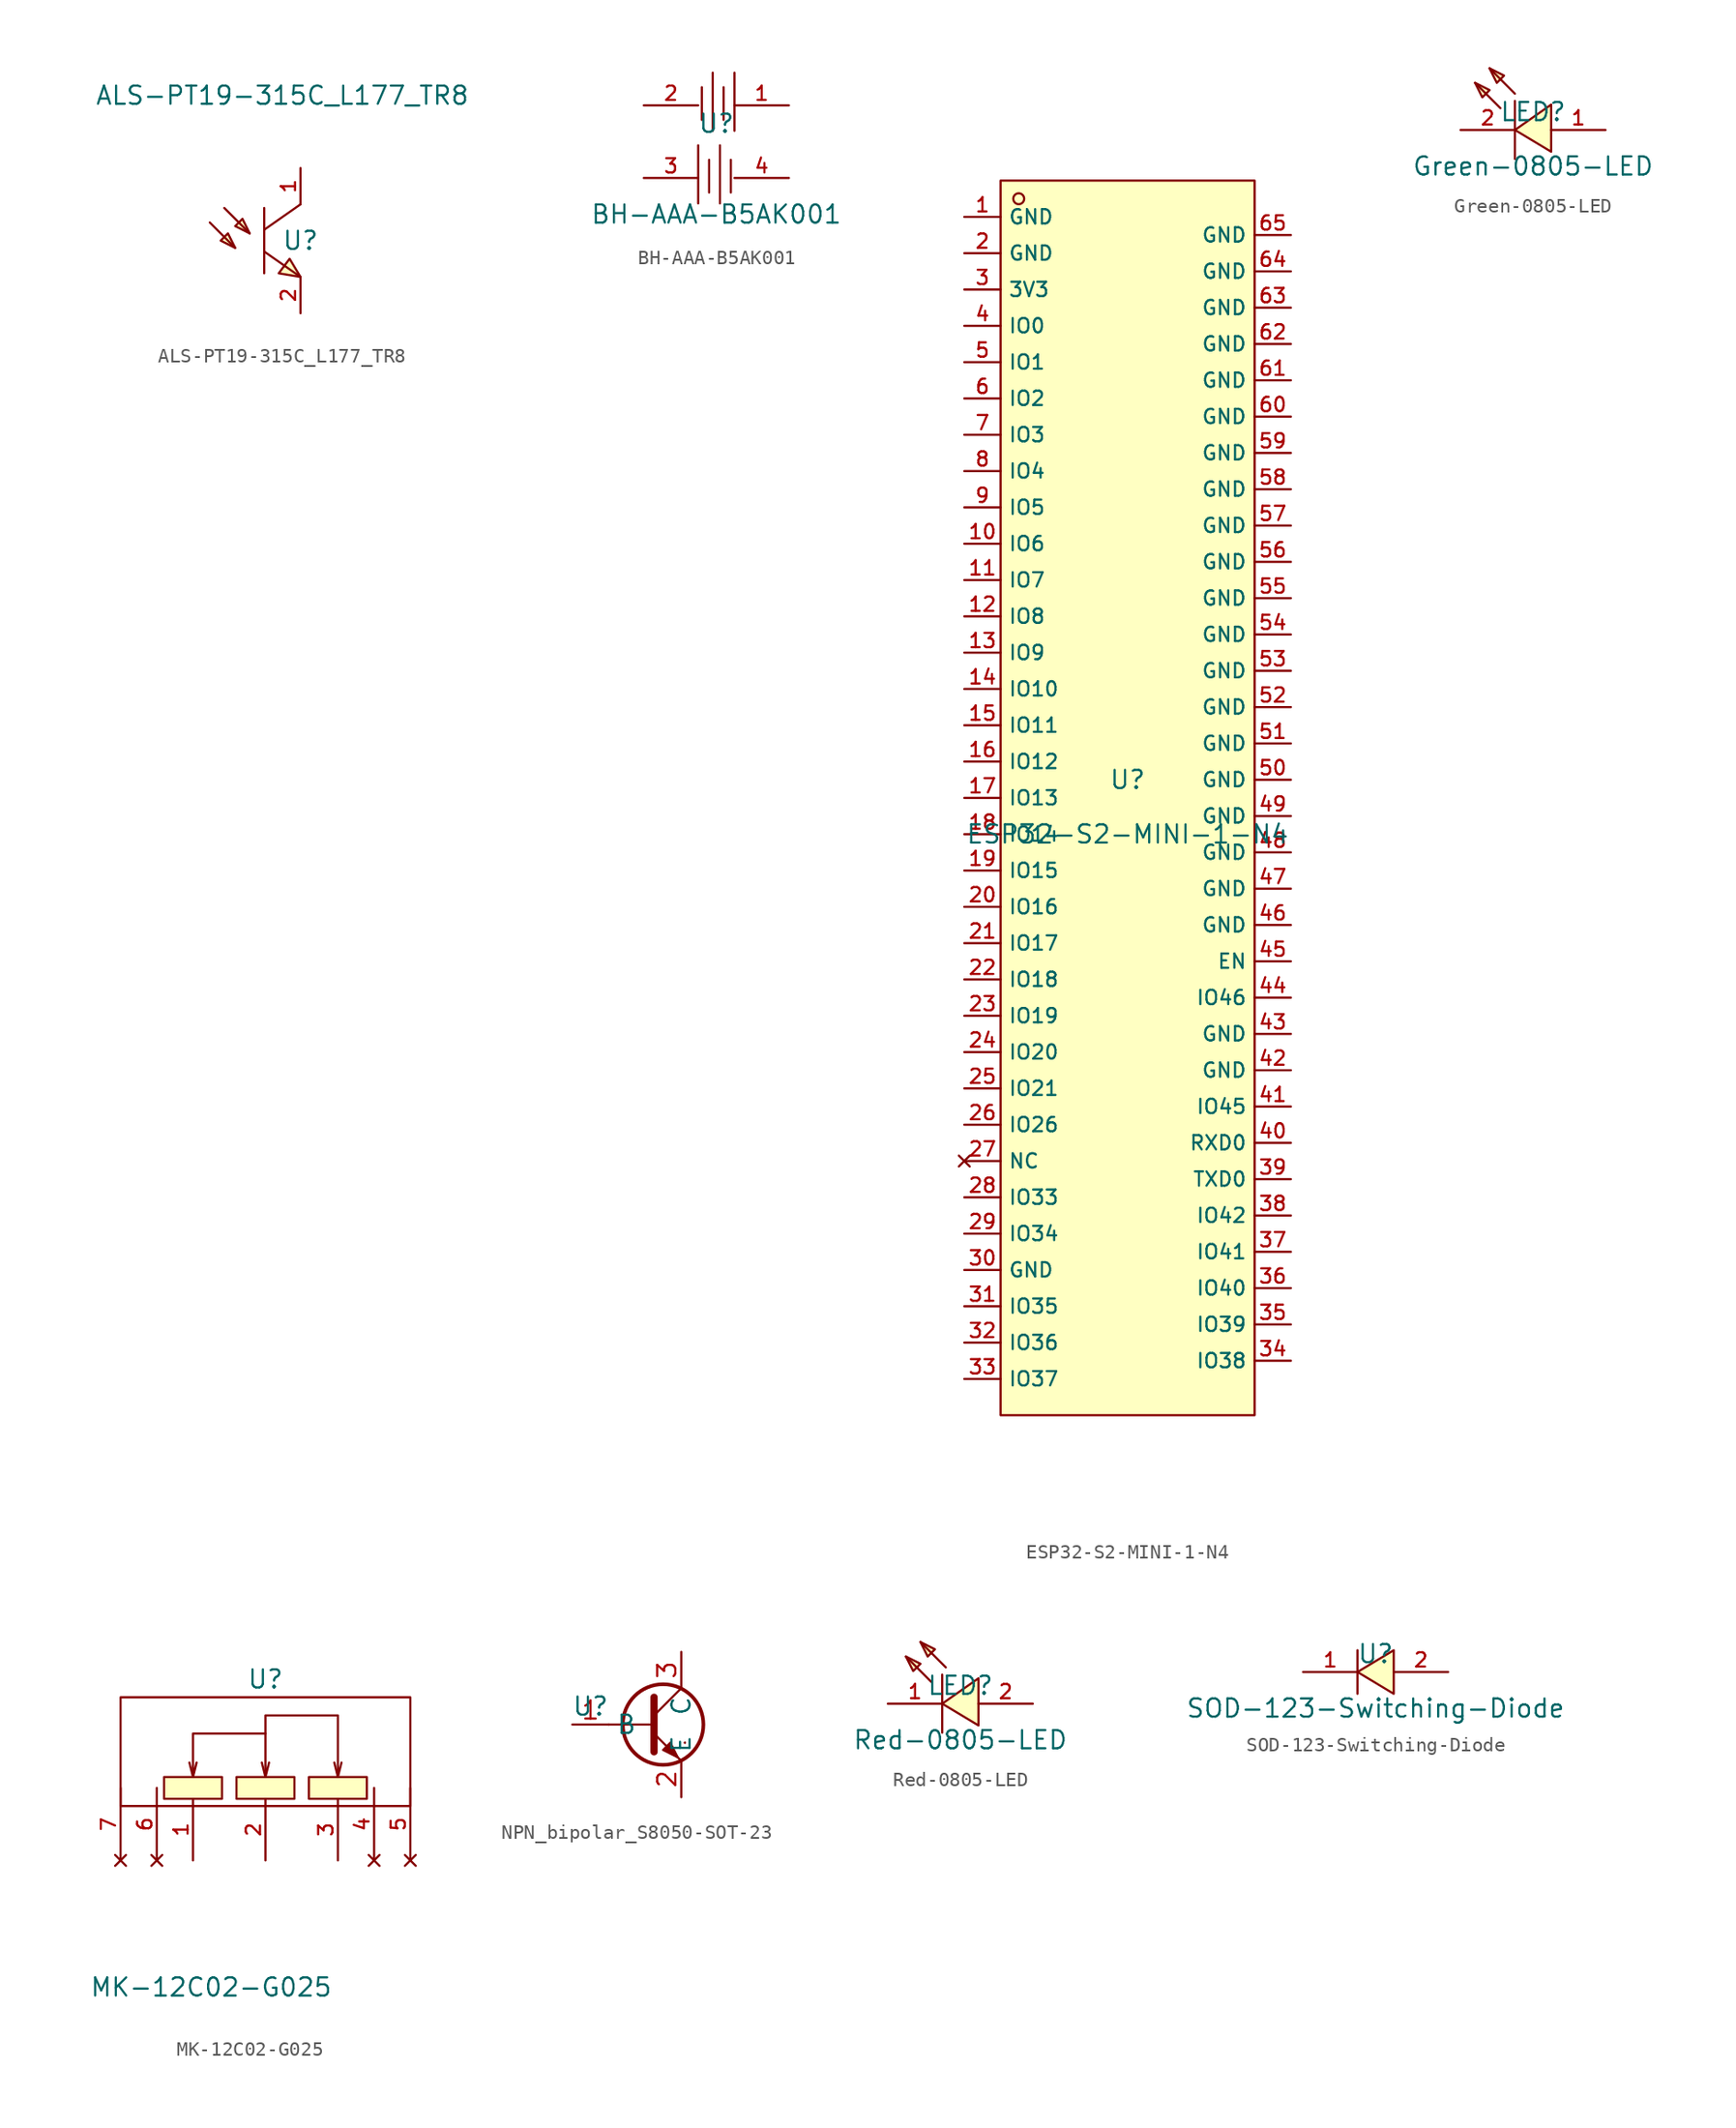
<source format=kicad_sym>
(kicad_symbol_lib
  (version 20220914)
  (generator kicad_symbol_editor)
  (symbol "ALS-PT19-315C_L177_TR8"
    (pin_names hide)
    (property "Reference" "U"
      (at 1.27 0 0)
      (effects (font (size 1.27 1.27))))
    (property "Value" "ALS-PT19-315C_L177_TR8"
      (at 0 10.16 0)
      (effects (font (size 1.27 1.27))))
    (symbol "ALS-PT19-315C_L177_TR8_0_1"
      (polyline (pts (xy -5.08 1.27) (xy -3.302 -0.508)) (stroke (width 0) (type default)) (fill (type none)))
      (polyline (pts (xy -4.064 2.286) (xy -2.286 0.508)) (stroke (width 0) (type default)) (fill (type none)))
      (polyline (pts (xy -1.27 -0.762) (xy 1.27 -2.54)) (stroke (width 0) (type default)) (fill (type none)))
      (polyline (pts (xy -1.27 2.286) (xy -1.27 -2.286)) (stroke (width 0) (type default)) (fill (type none)))
      (polyline (pts (xy 1.27 2.54) (xy -1.27 0.762)) (stroke (width 0) (type default)) (fill (type none)))
      (polyline (pts (xy -3.302 -0.508) (xy -3.81 0.508) (xy -4.318 0) (xy -3.302 -0.508)) (stroke (width 0) (type default)) (fill (type background)))
      (polyline (pts (xy -2.286 0.508) (xy -2.794 1.524) (xy -3.302 1.016) (xy -2.286 0.508)) (stroke (width 0) (type default)) (fill (type background)))
      (polyline (pts (xy 1.27 -2.54) (xy 0.508 -1.27) (xy -0.254 -2.286) (xy 1.27 -2.54)) (stroke (width 0) (type default)) (fill (type background))))
    (symbol "ALS-PT19-315C_L177_TR8_1_1"
      (pin passive line (at 1.27 5.08 270) (length 2.54) (name "C" (effects (font (size 1 1)))) (number "1" (effects (font (size 1 1)))))
      (pin passive line (at 1.27 -5.08 90) (length 2.54) (name "E" (effects (font (size 1 1)))) (number "2" (effects (font (size 1 1)))))))
  (symbol "BH-AAA-B5AK001"
    (pin_names hide)
    (property "Reference" "U"
      (at 0 1.27 0)
      (effects (font (size 1.27 1.27))))
    (property "Value" "BH-AAA-B5AK001"
      (at 0 -5.08 0)
      (effects (font (size 1.27 1.27))))
    (symbol "BH-AAA-B5AK001_0_1"
      (polyline (pts (xy -1.27 -0.254) (xy -1.27 -4.318)) (stroke (width 0) (type default)) (fill (type none)))
      (polyline (pts (xy -1.016 3.81) (xy -1.016 1.524)) (stroke (width 0) (type default)) (fill (type none)))
      (polyline (pts (xy -0.508 -1.27) (xy -0.508 -3.556)) (stroke (width 0) (type default)) (fill (type none)))
      (polyline (pts (xy -0.254 4.826) (xy -0.254 0.762)) (stroke (width 0) (type default)) (fill (type none)))
      (polyline (pts (xy 0.254 -0.254) (xy 0.254 -4.318)) (stroke (width 0) (type default)) (fill (type none)))
      (polyline (pts (xy 0.508 3.81) (xy 0.508 1.524)) (stroke (width 0) (type default)) (fill (type none)))
      (polyline (pts (xy 1.016 -1.27) (xy 1.016 -3.556)) (stroke (width 0) (type default)) (fill (type none)))
      (polyline (pts (xy 1.27 4.826) (xy 1.27 0.762)) (stroke (width 0) (type default)) (fill (type none))))
    (symbol "BH-AAA-B5AK001_1_1"
      (pin power_out line (at 5.08 2.54 180) (length 3.81) (name "+" (effects (font (size 1 1)))) (number "1" (effects (font (size 1 1)))))
      (pin power_in line (at -5.08 2.54 0) (length 3.81) (name "-" (effects (font (size 1 1)))) (number "2" (effects (font (size 1 1)))))
      (pin power_out line (at -5.08 -2.54 0) (length 3.81) (name "+" (effects (font (size 1 1)))) (number "3" (effects (font (size 1 1)))))
      (pin power_out line (at 5.08 -2.54 180) (length 3.81) (name "-" (effects (font (size 1 1)))) (number "4" (effects (font (size 1 1)))))))
  (symbol "ESP32-S2-MINI-1-N4"
    (property "Reference" "U"
      (at 0 1.27 0)
      (effects (font (size 1.27 1.27))))
    (property "Value" "ESP32-S2-MINI-1-N4"
      (at 0 -2.54 0)
      (effects (font (size 1.27 1.27))))
    (symbol "ESP32-S2-MINI-1-N4_0_1"
      (rectangle (start -8.89 43.18) (end 8.89 -43.18) (stroke (width 0) (type default)) (fill (type background)))
      (circle (center -7.62 41.91) (radius 0.381) (stroke (width 0) (type default)) (fill (type background)))
      (pin power_in line (at -11.43 40.64 0) (length 2.54) (name "GND" (effects (font (size 1 1)))) (number "1" (effects (font (size 1 1)))))
      (pin unspecified line (at -11.43 17.78 0) (length 2.54) (name "IO6" (effects (font (size 1 1)))) (number "10" (effects (font (size 1 1)))))
      (pin unspecified line (at -11.43 15.24 0) (length 2.54) (name "IO7" (effects (font (size 1 1)))) (number "11" (effects (font (size 1 1)))))
      (pin unspecified line (at -11.43 12.7 0) (length 2.54) (name "IO8" (effects (font (size 1 1)))) (number "12" (effects (font (size 1 1)))))
      (pin unspecified line (at -11.43 10.16 0) (length 2.54) (name "IO9" (effects (font (size 1 1)))) (number "13" (effects (font (size 1 1)))))
      (pin unspecified line (at -11.43 7.62 0) (length 2.54) (name "IO10" (effects (font (size 1 1)))) (number "14" (effects (font (size 1 1)))))
      (pin unspecified line (at -11.43 5.08 0) (length 2.54) (name "IO11" (effects (font (size 1 1)))) (number "15" (effects (font (size 1 1)))))
      (pin unspecified line (at -11.43 2.54 0) (length 2.54) (name "IO12" (effects (font (size 1 1)))) (number "16" (effects (font (size 1 1)))))
      (pin unspecified line (at -11.43 0 0) (length 2.54) (name "IO13" (effects (font (size 1 1)))) (number "17" (effects (font (size 1 1)))))
      (pin unspecified line (at -11.43 -2.54 0) (length 2.54) (name "IO14" (effects (font (size 1 1)))) (number "18" (effects (font (size 1 1)))))
      (pin unspecified line (at -11.43 -5.08 0) (length 2.54) (name "IO15" (effects (font (size 1 1)))) (number "19" (effects (font (size 1 1)))))
      (pin power_in line (at -11.43 38.1 0) (length 2.54) (name "GND" (effects (font (size 1 1)))) (number "2" (effects (font (size 1 1)))))
      (pin unspecified line (at -11.43 -7.62 0) (length 2.54) (name "IO16" (effects (font (size 1 1)))) (number "20" (effects (font (size 1 1)))))
      (pin unspecified line (at -11.43 -10.16 0) (length 2.54) (name "IO17" (effects (font (size 1 1)))) (number "21" (effects (font (size 1 1)))))
      (pin unspecified line (at -11.43 -12.7 0) (length 2.54) (name "IO18" (effects (font (size 1 1)))) (number "22" (effects (font (size 1 1)))))
      (pin unspecified line (at -11.43 -15.24 0) (length 2.54) (name "IO19" (effects (font (size 1 1)))) (number "23" (effects (font (size 1 1)))))
      (pin unspecified line (at -11.43 -17.78 0) (length 2.54) (name "IO20" (effects (font (size 1 1)))) (number "24" (effects (font (size 1 1)))))
      (pin unspecified line (at -11.43 -20.32 0) (length 2.54) (name "IO21" (effects (font (size 1 1)))) (number "25" (effects (font (size 1 1)))))
      (pin unspecified line (at -11.43 -22.86 0) (length 2.54) (name "IO26" (effects (font (size 1 1)))) (number "26" (effects (font (size 1 1)))))
      (pin no_connect line (at -11.43 -25.4 0) (length 2.54) (name "NC" (effects (font (size 1 1)))) (number "27" (effects (font (size 1 1)))))
      (pin unspecified line (at -11.43 -27.94 0) (length 2.54) (name "IO33" (effects (font (size 1 1)))) (number "28" (effects (font (size 1 1)))))
      (pin unspecified line (at -11.43 -30.48 0) (length 2.54) (name "IO34" (effects (font (size 1 1)))) (number "29" (effects (font (size 1 1)))))
      (pin power_in line (at -11.43 35.56 0) (length 2.54) (name "3V3" (effects (font (size 1 1)))) (number "3" (effects (font (size 1 1)))))
      (pin power_in line (at -11.43 -33.02 0) (length 2.54) (name "GND" (effects (font (size 1 1)))) (number "30" (effects (font (size 1 1)))))
      (pin unspecified line (at -11.43 -35.56 0) (length 2.54) (name "IO35" (effects (font (size 1 1)))) (number "31" (effects (font (size 1 1)))))
      (pin unspecified line (at -11.43 -38.1 0) (length 2.54) (name "IO36" (effects (font (size 1 1)))) (number "32" (effects (font (size 1 1)))))
      (pin unspecified line (at -11.43 -40.64 0) (length 2.54) (name "IO37" (effects (font (size 1 1)))) (number "33" (effects (font (size 1 1)))))
      (pin unspecified line (at 11.43 -39.37 180) (length 2.54) (name "IO38" (effects (font (size 1 1)))) (number "34" (effects (font (size 1 1)))))
      (pin unspecified line (at 11.43 -36.83 180) (length 2.54) (name "IO39" (effects (font (size 1 1)))) (number "35" (effects (font (size 1 1)))))
      (pin unspecified line (at 11.43 -34.29 180) (length 2.54) (name "IO40" (effects (font (size 1 1)))) (number "36" (effects (font (size 1 1)))))
      (pin unspecified line (at 11.43 -31.75 180) (length 2.54) (name "IO41" (effects (font (size 1 1)))) (number "37" (effects (font (size 1 1)))))
      (pin unspecified line (at 11.43 -29.21 180) (length 2.54) (name "IO42" (effects (font (size 1 1)))) (number "38" (effects (font (size 1 1)))))
      (pin unspecified line (at 11.43 -26.67 180) (length 2.54) (name "TXD0" (effects (font (size 1 1)))) (number "39" (effects (font (size 1 1)))))
      (pin unspecified line (at -11.43 33.02 0) (length 2.54) (name "IO0" (effects (font (size 1 1)))) (number "4" (effects (font (size 1 1)))))
      (pin unspecified line (at 11.43 -24.13 180) (length 2.54) (name "RXD0" (effects (font (size 1 1)))) (number "40" (effects (font (size 1 1)))))
      (pin unspecified line (at 11.43 -21.59 180) (length 2.54) (name "IO45" (effects (font (size 1 1)))) (number "41" (effects (font (size 1 1)))))
      (pin power_in line (at 11.43 -19.05 180) (length 2.54) (name "GND" (effects (font (size 1 1)))) (number "42" (effects (font (size 1 1)))))
      (pin power_in line (at 11.43 -16.51 180) (length 2.54) (name "GND" (effects (font (size 1 1)))) (number "43" (effects (font (size 1 1)))))
      (pin input line (at 11.43 -13.97 180) (length 2.54) (name "IO46" (effects (font (size 1 1)))) (number "44" (effects (font (size 1 1)))))
      (pin input line (at 11.43 -11.43 180) (length 2.54) (name "EN" (effects (font (size 1 1)))) (number "45" (effects (font (size 1 1)))))
      (pin power_in line (at 11.43 -8.89 180) (length 2.54) (name "GND" (effects (font (size 1 1)))) (number "46" (effects (font (size 1 1)))))
      (pin power_in line (at 11.43 -6.35 180) (length 2.54) (name "GND" (effects (font (size 1 1)))) (number "47" (effects (font (size 1 1)))))
      (pin power_in line (at 11.43 -3.81 180) (length 2.54) (name "GND" (effects (font (size 1 1)))) (number "48" (effects (font (size 1 1)))))
      (pin power_in line (at 11.43 -1.27 180) (length 2.54) (name "GND" (effects (font (size 1 1)))) (number "49" (effects (font (size 1 1)))))
      (pin unspecified line (at -11.43 30.48 0) (length 2.54) (name "IO1" (effects (font (size 1 1)))) (number "5" (effects (font (size 1 1)))))
      (pin power_in line (at 11.43 1.27 180) (length 2.54) (name "GND" (effects (font (size 1 1)))) (number "50" (effects (font (size 1 1)))))
      (pin power_in line (at 11.43 3.81 180) (length 2.54) (name "GND" (effects (font (size 1 1)))) (number "51" (effects (font (size 1 1)))))
      (pin power_in line (at 11.43 6.35 180) (length 2.54) (name "GND" (effects (font (size 1 1)))) (number "52" (effects (font (size 1 1)))))
      (pin power_in line (at 11.43 8.89 180) (length 2.54) (name "GND" (effects (font (size 1 1)))) (number "53" (effects (font (size 1 1)))))
      (pin power_in line (at 11.43 11.43 180) (length 2.54) (name "GND" (effects (font (size 1 1)))) (number "54" (effects (font (size 1 1)))))
      (pin power_in line (at 11.43 13.97 180) (length 2.54) (name "GND" (effects (font (size 1 1)))) (number "55" (effects (font (size 1 1)))))
      (pin power_in line (at 11.43 16.51 180) (length 2.54) (name "GND" (effects (font (size 1 1)))) (number "56" (effects (font (size 1 1)))))
      (pin power_in line (at 11.43 19.05 180) (length 2.54) (name "GND" (effects (font (size 1 1)))) (number "57" (effects (font (size 1 1)))))
      (pin power_in line (at 11.43 21.59 180) (length 2.54) (name "GND" (effects (font (size 1 1)))) (number "58" (effects (font (size 1 1)))))
      (pin power_in line (at 11.43 24.13 180) (length 2.54) (name "GND" (effects (font (size 1 1)))) (number "59" (effects (font (size 1 1)))))
      (pin unspecified line (at -11.43 27.94 0) (length 2.54) (name "IO2" (effects (font (size 1 1)))) (number "6" (effects (font (size 1 1)))))
      (pin power_in line (at 11.43 26.67 180) (length 2.54) (name "GND" (effects (font (size 1 1)))) (number "60" (effects (font (size 1 1)))))
      (pin power_in line (at 11.43 29.21 180) (length 2.54) (name "GND" (effects (font (size 1 1)))) (number "61" (effects (font (size 1 1)))))
      (pin power_in line (at 11.43 31.75 180) (length 2.54) (name "GND" (effects (font (size 1 1)))) (number "62" (effects (font (size 1 1)))))
      (pin power_in line (at 11.43 34.29 180) (length 2.54) (name "GND" (effects (font (size 1 1)))) (number "63" (effects (font (size 1 1)))))
      (pin power_in line (at 11.43 36.83 180) (length 2.54) (name "GND" (effects (font (size 1 1)))) (number "64" (effects (font (size 1 1)))))
      (pin power_in line (at 11.43 39.37 180) (length 2.54) (name "GND" (effects (font (size 1 1)))) (number "65" (effects (font (size 1 1)))))
      (pin unspecified line (at -11.43 25.4 0) (length 2.54) (name "IO3" (effects (font (size 1 1)))) (number "7" (effects (font (size 1 1)))))
      (pin unspecified line (at -11.43 22.86 0) (length 2.54) (name "IO4" (effects (font (size 1 1)))) (number "8" (effects (font (size 1 1)))))
      (pin unspecified line (at -11.43 20.32 0) (length 2.54) (name "IO5" (effects (font (size 1 1)))) (number "9" (effects (font (size 1 1)))))))
  (symbol "Green-0805-LED"
    (pin_names hide)
    (property "Reference" "LED"
      (at 0 1.27 0)
      (effects (font (size 1.27 1.27))))
    (property "Value" "Green-0805-LED"
      (at 0 -2.54 0)
      (effects (font (size 1.27 1.27))))
    (symbol "Green-0805-LED_0_1"
      (polyline (pts (xy -2.286 1.524) (xy -4.064 3.302)) (stroke (width 0) (type default)) (fill (type none)))
      (polyline (pts (xy -1.27 2.032) (xy -1.27 -2.032)) (stroke (width 0) (type default)) (fill (type none)))
      (polyline (pts (xy -1.27 2.54) (xy -3.048 4.318)) (stroke (width 0) (type default)) (fill (type none)))
      (polyline (pts (xy -4.064 3.302) (xy -3.048 2.794) (xy -3.556 2.286) (xy -4.064 3.302)) (stroke (width 0) (type default)) (fill (type background)))
      (polyline (pts (xy -3.048 4.318) (xy -2.032 3.81) (xy -2.54 3.302) (xy -3.048 4.318)) (stroke (width 0) (type default)) (fill (type background)))
      (polyline (pts (xy 1.27 -1.524) (xy -1.27 0) (xy 1.27 1.778) (xy 1.27 -1.524)) (stroke (width 0) (type default)) (fill (type background)))
      (pin unspecified line (at 5.08 0 180) (length 3.81) (name "A" (effects (font (size 1 1)))) (number "1" (effects (font (size 1 1)))))
      (pin unspecified line (at -5.08 0 0) (length 3.81) (name "K" (effects (font (size 1 1)))) (number "2" (effects (font (size 1 1)))))))
  (symbol "MK-12C02-G025"
    (pin_names hide)
    (property "Reference" "U"
      (at 0 7.62 0)
      (effects (font (size 1.27 1.27))))
    (property "Value" "MK-12C02-G025"
      (at -3.81 -13.97 0)
      (effects (font (size 1.27 1.27))))
    (symbol "MK-12C02-G025_0_1"
      (rectangle (start -10.16 6.35) (end 10.16 -1.27) (stroke (width 0) (type default)) (fill (type none)))
      (rectangle (start -7.112 0.762) (end -3.048 -0.762) (stroke (width 0) (type default)) (fill (type background)))
      (rectangle (start -2.032 0.762) (end 2.032 -0.762) (stroke (width 0) (type default)) (fill (type background)))
      (polyline (pts (xy -5.08 0.762) (xy -5.334 1.778)) (stroke (width 0) (type default)) (fill (type none)))
      (polyline (pts (xy 0 0.762) (xy -0.254 1.778)) (stroke (width 0) (type default)) (fill (type none)))
      (polyline (pts (xy 5.08 0.762) (xy 4.826 1.778)) (stroke (width 0) (type default)) (fill (type none)))
      (polyline (pts (xy 5.08 0.762) (xy 5.334 1.778)) (stroke (width 0) (type default)) (fill (type none)))
      (polyline (pts (xy 0 3.81) (xy -5.08 3.81) (xy -5.08 0.762) (xy -4.826 1.778)) (stroke (width 0) (type default)) (fill (type none)))
      (polyline (pts (xy 5.08 0.762) (xy 5.08 5.08) (xy 0 5.08) (xy 0 0.762) (xy 0.254 1.778)) (stroke (width 0) (type default)) (fill (type none)))
      (rectangle (start 3.048 0.762) (end 7.112 -0.762) (stroke (width 0) (type default)) (fill (type background))))
    (symbol "MK-12C02-G025_1_1"
      (pin passive line (at -5.08 -5.08 90) (length 4.318) (name "1" (effects (font (size 1 1)))) (number "1" (effects (font (size 1 1)))))
      (pin passive line (at 0 -5.08 90) (length 4.318) (name "2" (effects (font (size 1 1)))) (number "2" (effects (font (size 1 1)))))
      (pin passive line (at 5.08 -5.08 90) (length 4.318) (name "3" (effects (font (size 1 1)))) (number "3" (effects (font (size 1 1)))))
      (pin no_connect line (at 7.62 -5.08 90) (length 5.08) (name "4" (effects (font (size 1 1)))) (number "4" (effects (font (size 1 1)))))
      (pin no_connect line (at 10.16 -5.08 90) (length 5.08) (name "5" (effects (font (size 1 1)))) (number "5" (effects (font (size 1 1)))))
      (pin no_connect line (at -7.62 -5.08 90) (length 5.08) (name "6" (effects (font (size 1 1)))) (number "6" (effects (font (size 1 1)))))
      (pin no_connect line (at -10.16 -5.08 90) (length 5.08) (name "7" (effects (font (size 1 1)))) (number "7" (effects (font (size 1 1)))))))
  (symbol "NPN_bipolar_S8050-SOT-23"
    (property "Reference" "U"
      (at 0 0 0)
      (effects (font (size 1.27 1.27))))
    (property "Value" ""
      (at 0 0 0)
      (effects (font (size 1.27 1.27))))
    (symbol "NPN_bipolar_S8050-SOT-23_0_1"
      (polyline (pts (xy 1.27 -1.27) (xy 4.445 -1.27)) (stroke (width 0.152) (type default)) (fill (type none)))
      (polyline (pts (xy 4.445 -0.635) (xy 6.35 1.27)) (stroke (width 0) (type default)) (fill (type none)))
      (polyline (pts (xy 6.604 -2.54) (xy 6.604 -2.54)) (stroke (width 0.152) (type default)) (fill (type none)))
      (polyline (pts (xy 6.604 -2.54) (xy 6.604 -2.54)) (stroke (width 0.152) (type default)) (fill (type none)))
      (polyline (pts (xy 4.445 -1.905) (xy 6.35 -3.81) (xy 6.35 -3.81)) (stroke (width 0) (type default)) (fill (type none)))
      (polyline (pts (xy 4.445 0.635) (xy 4.445 -3.175) (xy 4.445 -3.175)) (stroke (width 0.508) (type default)) (fill (type none)))
      (polyline (pts (xy 5.08 -3.048) (xy 5.588 -2.54) (xy 6.096 -3.556) (xy 5.08 -3.048) (xy 5.08 -3.048)) (stroke (width 0) (type default)) (fill (type outline)))
      (circle (center 5.08 -1.27) (radius 2.819) (stroke (width 0.254) (type default)) (fill (type none))))
    (symbol "NPN_bipolar_S8050-SOT-23_1_1"
      (pin input line (at -1.27 -1.27 0) (length 2.54) (name "B" (effects (font (size 1.27 1.27)))) (number "1" (effects (font (size 1.27 1.27)))))
      (pin open_emitter line (at 6.35 -6.35 90) (length 2.54) (name "E" (effects (font (size 1.27 1.27)))) (number "2" (effects (font (size 1.27 1.27)))))
      (pin open_collector line (at 6.35 3.81 270) (length 2.54) (name "C" (effects (font (size 1.27 1.27)))) (number "3" (effects (font (size 1.27 1.27)))))))
  (symbol "Red-0805-LED"
    (pin_names hide)
    (property "Reference" "LED"
      (at 0 1.27 0)
      (effects (font (size 1.27 1.27))))
    (property "Value" "Red-0805-LED"
      (at 0 -2.54 0)
      (effects (font (size 1.27 1.27))))
    (symbol "Red-0805-LED_0_1"
      (polyline (pts (xy -2.032 1.524) (xy -3.81 3.302)) (stroke (width 0) (type default)) (fill (type none)))
      (polyline (pts (xy -1.27 2.032) (xy -1.27 -2.032)) (stroke (width 0) (type default)) (fill (type none)))
      (polyline (pts (xy -1.016 2.54) (xy -2.794 4.318)) (stroke (width 0) (type default)) (fill (type none)))
      (polyline (pts (xy -3.81 3.302) (xy -2.794 2.794) (xy -3.302 2.286) (xy -3.81 3.302)) (stroke (width 0) (type default)) (fill (type background)))
      (polyline (pts (xy -2.794 4.318) (xy -1.778 3.81) (xy -2.286 3.302) (xy -2.794 4.318)) (stroke (width 0) (type default)) (fill (type background)))
      (polyline (pts (xy 1.27 -1.524) (xy -1.27 0) (xy 1.27 1.778) (xy 1.27 -1.524)) (stroke (width 0) (type default)) (fill (type background)))
      (pin unspecified line (at -5.08 0 0) (length 3.81) (name "-" (effects (font (size 1 1)))) (number "1" (effects (font (size 1 1)))))
      (pin unspecified line (at 5.08 0 180) (length 3.81) (name "+" (effects (font (size 1 1)))) (number "2" (effects (font (size 1 1)))))))
  (symbol "SOD-123-Switching-Diode"
    (pin_names hide)
    (property "Reference" "U"
      (at 0 1.27 0)
      (effects (font (size 1.27 1.27))))
    (property "Value" "SOD-123-Switching-Diode"
      (at 0 -2.54 0)
      (effects (font (size 1.27 1.27))))
    (symbol "SOD-123-Switching-Diode_0_1"
      (polyline (pts (xy -1.27 -1.524) (xy -1.27 1.524)) (stroke (width 0) (type default)) (fill (type none)))
      (polyline (pts (xy 1.27 1.524) (xy -1.27 0) (xy 1.27 -1.524) (xy 1.27 1.524)) (stroke (width 0) (type default)) (fill (type background)))
      (pin unspecified line (at -5.08 0 0) (length 3.81) (name "K" (effects (font (size 1 1)))) (number "1" (effects (font (size 1 1)))))
      (pin unspecified line (at 5.08 0 180) (length 3.81) (name "A" (effects (font (size 1 1)))) (number "2" (effects (font (size 1 1))))))))
</source>
